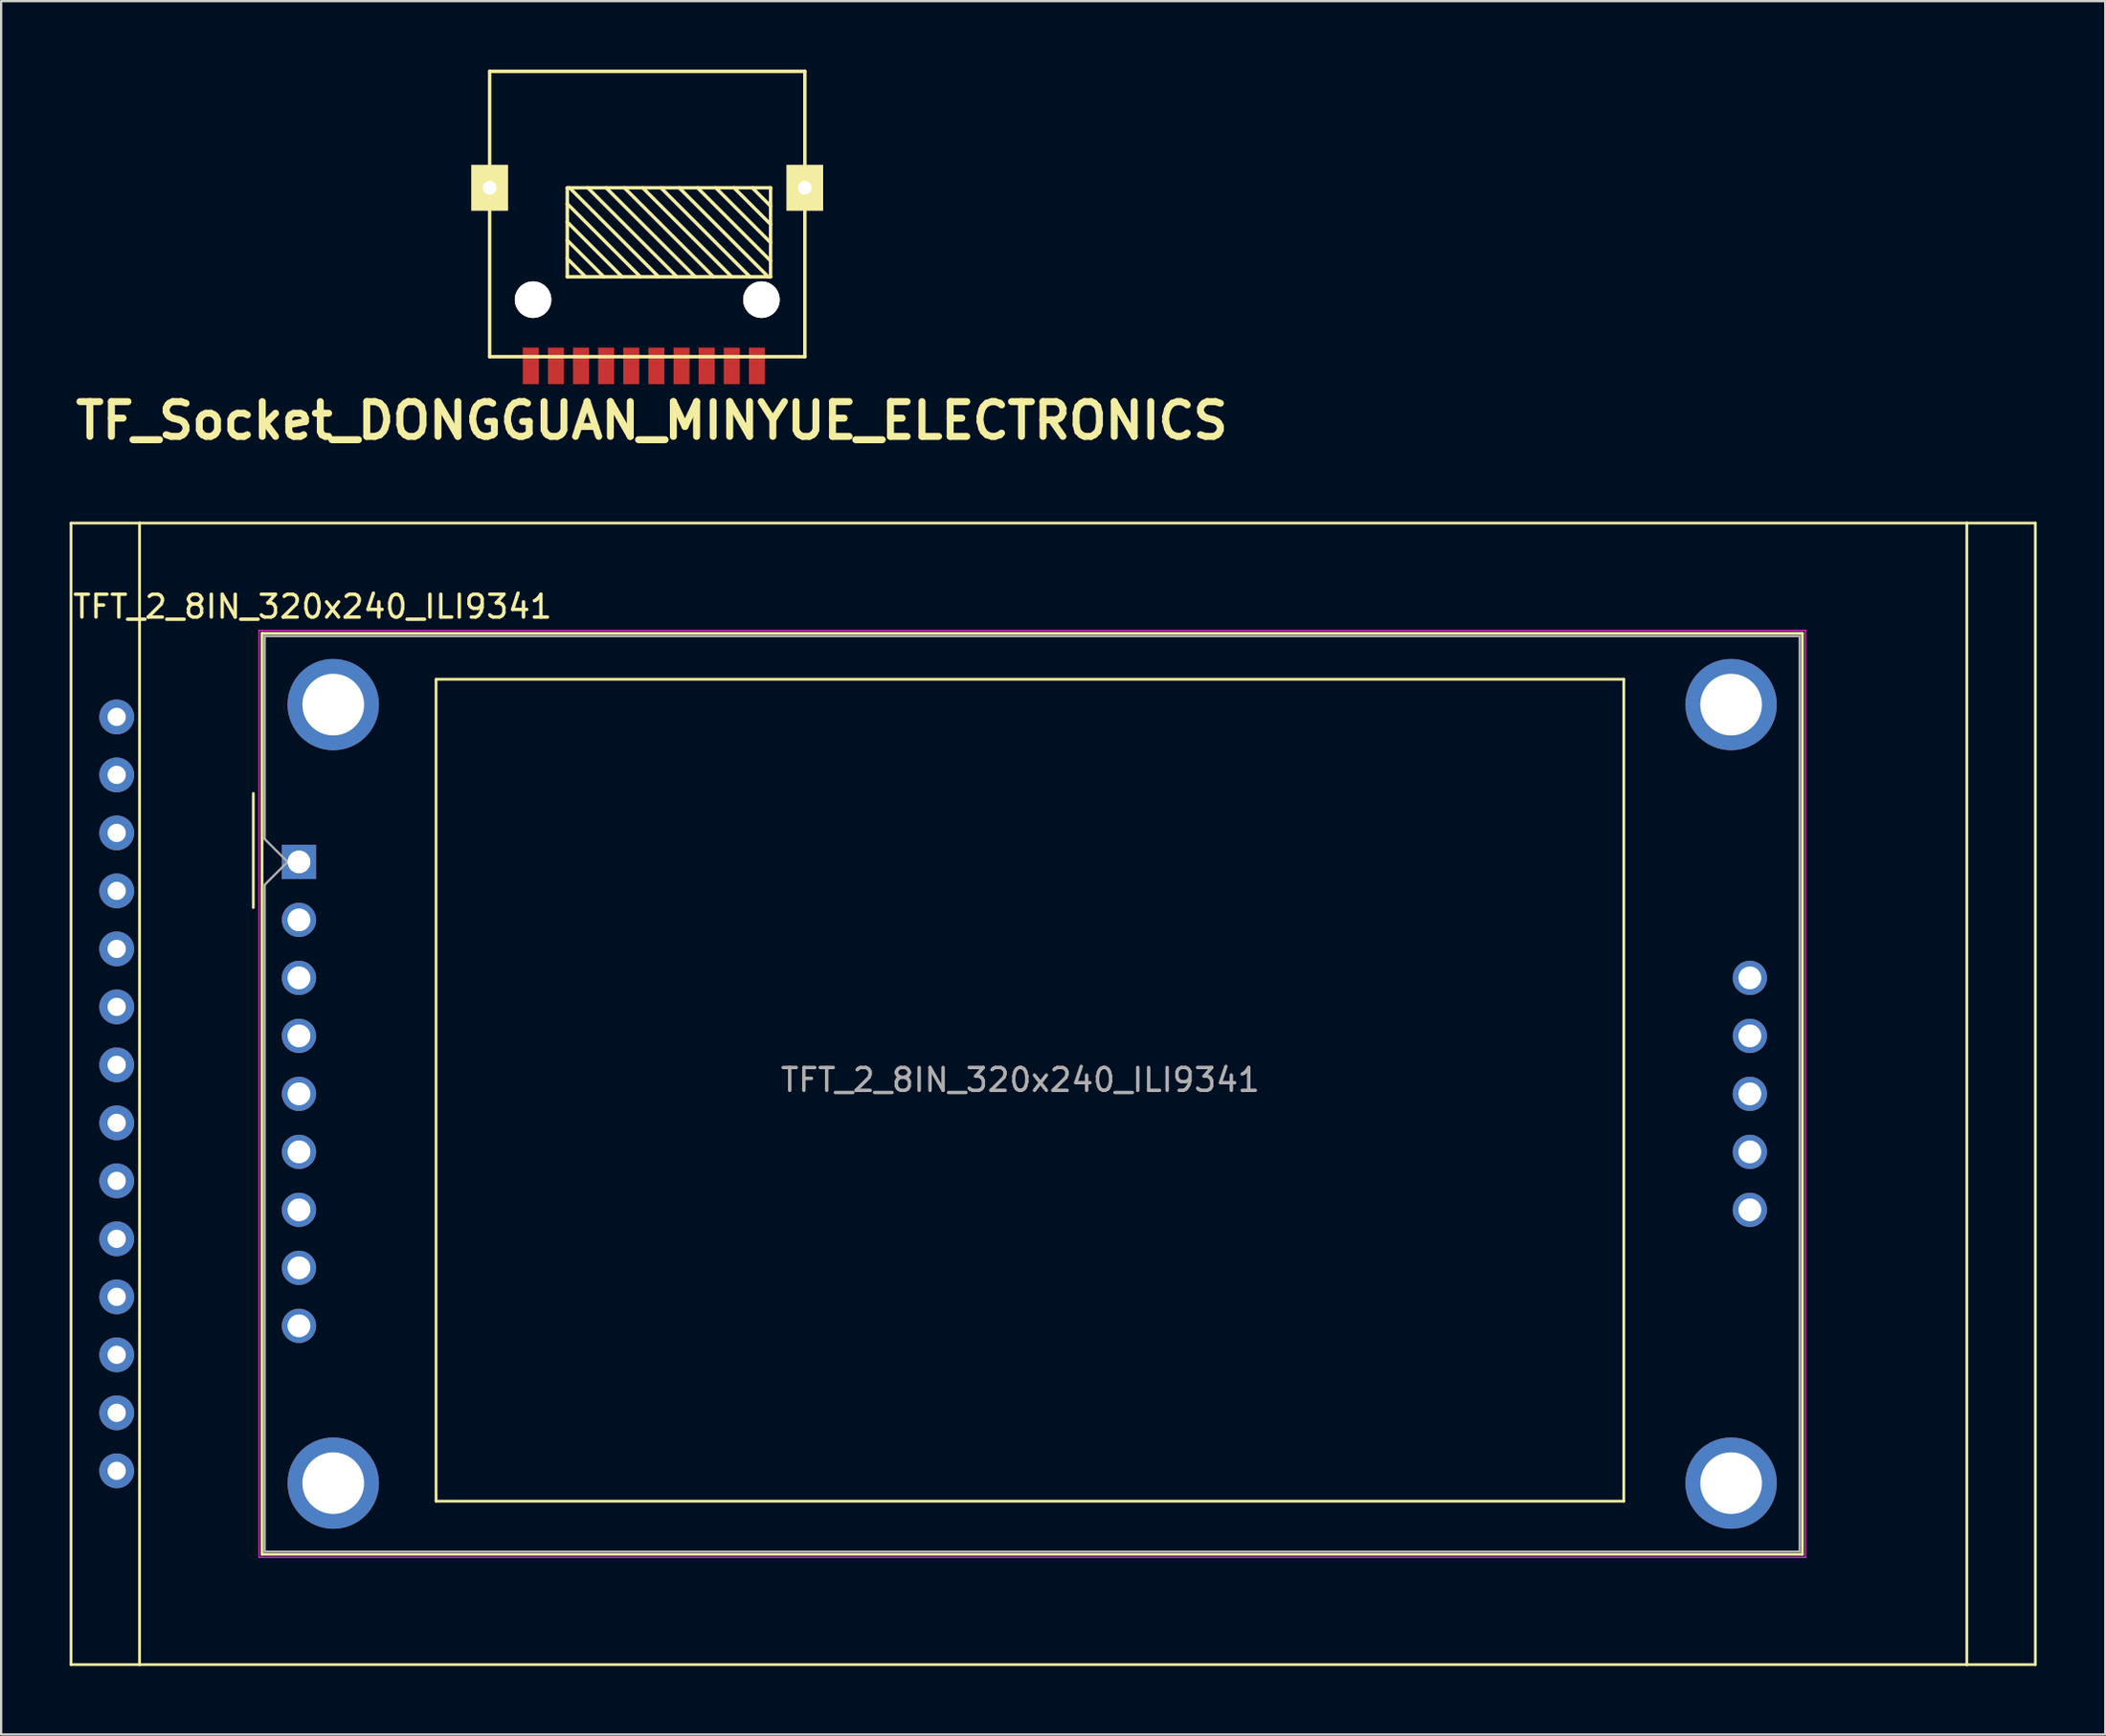
<source format=kicad_pcb>
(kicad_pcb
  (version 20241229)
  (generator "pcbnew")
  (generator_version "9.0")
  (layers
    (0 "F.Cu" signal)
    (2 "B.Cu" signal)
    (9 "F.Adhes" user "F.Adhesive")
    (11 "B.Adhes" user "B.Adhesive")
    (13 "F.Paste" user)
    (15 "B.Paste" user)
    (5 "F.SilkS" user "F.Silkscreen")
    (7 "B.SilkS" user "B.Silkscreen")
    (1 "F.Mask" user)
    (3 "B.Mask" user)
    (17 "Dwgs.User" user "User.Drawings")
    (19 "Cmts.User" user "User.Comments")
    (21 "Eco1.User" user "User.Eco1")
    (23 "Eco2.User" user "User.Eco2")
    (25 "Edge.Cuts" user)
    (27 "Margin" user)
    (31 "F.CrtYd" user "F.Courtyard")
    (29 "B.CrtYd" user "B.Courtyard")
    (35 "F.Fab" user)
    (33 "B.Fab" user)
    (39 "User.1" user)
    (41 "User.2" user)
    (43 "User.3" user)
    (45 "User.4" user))
  (footprint "TF_Socket_DONGGUAN_MINYUE_ELECTRONICS"
    (layer "F.Cu")
    (at 24.787 7.075)
    (property "Reference" "TF_Socket_DONGGUAN_MINYUE_ELECTRONICS" (at 0.7 8.3 0) (layer "F.SilkS") (effects (font (size 1.524 1.524) (thickness 0.305))))
    (attr through_hole)
    (fp_line (start -6.4 -7) (end -6.4 5.5) (stroke (width 0.15) (type solid)) (layer "F.SilkS"))
    (fp_line (start -6.4 5.5) (end 7.4 5.5) (stroke (width 0.15) (type solid)) (layer "F.SilkS"))
    (fp_line (start -3 -1.9) (end -3 2) (stroke (width 0.15) (type solid)) (layer "F.SilkS"))
    (fp_line (start -3 2) (end 5.9 2) (stroke (width 0.15) (type solid)) (layer "F.SilkS"))
    (fp_line (start -2.2 2) (end -3 1.2) (stroke (width 0.15) (type solid)) (layer "F.SilkS"))
    (fp_line (start -1.4 2) (end -3 0.4) (stroke (width 0.15) (type solid)) (layer "F.SilkS"))
    (fp_line (start -0.6 2) (end -3 -0.4) (stroke (width 0.15) (type solid)) (layer "F.SilkS"))
    (fp_line (start 0.2 2) (end -3 -1.2) (stroke (width 0.15) (type solid)) (layer "F.SilkS"))
    (fp_line (start 1 2) (end -2.9 -1.9) (stroke (width 0.15) (type solid)) (layer "F.SilkS"))
    (fp_line (start 1.8 2) (end -2.1 -1.9) (stroke (width 0.15) (type solid)) (layer "F.SilkS"))
    (fp_line (start 2.6 2) (end -1.3 -1.9) (stroke (width 0.15) (type solid)) (layer "F.SilkS"))
    (fp_line (start 3.4 2) (end -0.5 -1.9) (stroke (width 0.15) (type solid)) (layer "F.SilkS"))
    (fp_line (start 4.2 2) (end 0.3 -1.9) (stroke (width 0.15) (type solid)) (layer "F.SilkS"))
    (fp_line (start 5 2) (end 1.1 -1.9) (stroke (width 0.15) (type solid)) (layer "F.SilkS"))
    (fp_line (start 5.8 2) (end 1.9 -1.9) (stroke (width 0.15) (type solid)) (layer "F.SilkS"))
    (fp_line (start 5.9 -1.9) (end -3 -1.9) (stroke (width 0.15) (type solid)) (layer "F.SilkS"))
    (fp_line (start 5.9 -1.1) (end 5.1 -1.9) (stroke (width 0.15) (type solid)) (layer "F.SilkS"))
    (fp_line (start 5.9 -0.3) (end 4.3 -1.9) (stroke (width 0.15) (type solid)) (layer "F.SilkS"))
    (fp_line (start 5.9 0.5) (end 3.5 -1.9) (stroke (width 0.15) (type solid)) (layer "F.SilkS"))
    (fp_line (start 5.9 1.3) (end 2.7 -1.9) (stroke (width 0.15) (type solid)) (layer "F.SilkS"))
    (fp_line (start 5.9 2) (end 5.9 -1.9) (stroke (width 0.15) (type solid)) (layer "F.SilkS"))
    (fp_line (start 7.4 -7) (end -6.4 -7) (stroke (width 0.15) (type solid)) (layer "F.SilkS"))
    (fp_line (start 7.4 5.5) (end 7.4 -7) (stroke (width 0.15) (type solid)) (layer "F.SilkS"))
    (pad "" np_thru_hole circle (at -4.5 3) (size 1.6 1.6) (drill 1.6) (layers "*.Mask" "F.Cu" "F.SilkS"))
    (pad "" np_thru_hole circle (at 5.5 3) (size 1.6 1.6) (drill 1.6) (layers "*.Mask" "F.Cu" "F.SilkS"))
    (pad "1" smd rect (at -2.399 5.9) (size 0.701 1.6) (layers "F.Cu" "F.Mask" "F.Paste"))
    (pad "2" smd rect (at -1.299 5.9) (size 0.701 1.6) (layers "F.Cu" "F.Mask" "F.Paste"))
    (pad "3" smd rect (at -0.199 5.9) (size 0.701 1.6) (layers "F.Cu" "F.Mask" "F.Paste"))
    (pad "4" smd rect (at 0.901 5.9) (size 0.701 1.6) (layers "F.Cu" "F.Mask" "F.Paste"))
    (pad "5" smd rect (at 2.001 5.9) (size 0.701 1.6) (layers "F.Cu" "F.Mask" "F.Paste"))
    (pad "6" thru_hole rect (at -6.4 -1.9) (size 1.6 1.999) (drill 0.599) (layers "*.Cu" "*.Mask" "F.SilkS"))
    (pad "6" smd rect (at 3.1 5.9) (size 0.701 1.6) (layers "F.Cu" "F.Mask" "F.Paste"))
    (pad "6" thru_hole rect (at 7.4 -1.9) (size 1.6 1.999) (drill 0.599) (layers "*.Cu" "*.Mask" "F.SilkS"))
    (pad "7" smd rect (at 4.2 5.9) (size 0.701 1.6) (layers "F.Cu" "F.Mask" "F.Paste"))
    (pad "8" smd rect (at 5.3 5.9) (size 0.701 1.6) (layers "F.Cu" "F.Mask" "F.Paste"))
    (pad "9" smd rect (at -3.499 5.9) (size 0.701 1.6) (layers "F.Cu" "F.Mask" "F.Paste"))
    (pad "10" smd rect (at -4.599 5.9) (size 0.701 1.6) (layers "F.Cu" "F.Mask" "F.Paste")))
  (footprint "TFT_2_8IN_320x240_ILI9341"
    (layer "F.Cu")
    (at 43.06 44.861)
    (property "Reference" "TFT_2_8IN_320x240_ILI9341" (at -32.43 -21.34 0) (layer "F.SilkS") (effects (font (size 1 1) (thickness 0.15))))
    (attr through_hole)
    (fp_line (start -43 -25) (end -43 25) (stroke (width 0.12) (type solid)) (layer "F.SilkS"))
    (fp_line (start -43 25) (end -40 25) (stroke (width 0.12) (type solid)) (layer "F.SilkS"))
    (fp_line (start -40 -25) (end -43 -25) (stroke (width 0.12) (type solid)) (layer "F.SilkS"))
    (fp_line (start -40 -25) (end -40 25) (stroke (width 0.12) (type solid)) (layer "F.SilkS"))
    (fp_line (start -40 25) (end 40 25) (stroke (width 0.12) (type solid)) (layer "F.SilkS"))
    (fp_line (start -35.02 -13.16) (end -35.02 -8.16) (stroke (width 0.12) (type solid)) (layer "F.SilkS"))
    (fp_line (start -34.64 -20.17) (end 32.8 -20.17) (stroke (width 0.12) (type solid)) (layer "F.SilkS"))
    (fp_line (start -34.64 20.17) (end -34.64 -20.17) (stroke (width 0.12) (type solid)) (layer "F.SilkS"))
    (fp_line (start -27.02 -18.16) (end 24.98 -18.16) (stroke (width 0.12) (type solid)) (layer "F.SilkS"))
    (fp_line (start -27.02 17.84) (end -27.02 -18.16) (stroke (width 0.12) (type solid)) (layer "F.SilkS"))
    (fp_line (start 24.98 -18.16) (end 24.98 17.84) (stroke (width 0.12) (type solid)) (layer "F.SilkS"))
    (fp_line (start 24.98 17.84) (end -27.02 17.84) (stroke (width 0.12) (type solid)) (layer "F.SilkS"))
    (fp_line (start 32.8 -20.17) (end 32.8 20.17) (stroke (width 0.12) (type solid)) (layer "F.SilkS"))
    (fp_line (start 32.8 20.17) (end -34.64 20.17) (stroke (width 0.12) (type solid)) (layer "F.SilkS"))
    (fp_line (start 40 -25) (end -40 -25) (stroke (width 0.12) (type solid)) (layer "F.SilkS"))
    (fp_line (start 40 25) (end 40 -25) (stroke (width 0.12) (type solid)) (layer "F.SilkS"))
    (fp_line (start 40 25) (end 43 25) (stroke (width 0.12) (type solid)) (layer "F.SilkS"))
    (fp_line (start 43 -25) (end 40 -25) (stroke (width 0.12) (type solid)) (layer "F.SilkS"))
    (fp_line (start 43 25) (end 43 -25) (stroke (width 0.12) (type solid)) (layer "F.SilkS"))
    (fp_line (start -34.77 -20.3) (end 32.93 -20.3) (stroke (width 0.05) (type solid)) (layer "F.CrtYd"))
    (fp_line (start -34.77 20.3) (end -34.77 -20.3) (stroke (width 0.05) (type solid)) (layer "F.CrtYd"))
    (fp_line (start 32.93 -20.3) (end 32.93 20.3) (stroke (width 0.05) (type solid)) (layer "F.CrtYd"))
    (fp_line (start 32.93 20.3) (end -34.77 20.3) (stroke (width 0.05) (type solid)) (layer "F.CrtYd"))
    (fp_line (start -34.52 -20.05) (end 32.68 -20.05) (stroke (width 0.1) (type solid)) (layer "F.Fab"))
    (fp_line (start -34.52 -11.16) (end -34.52 -20.05) (stroke (width 0.1) (type solid)) (layer "F.Fab"))
    (fp_line (start -34.52 -9.16) (end -33.52 -10.16) (stroke (width 0.1) (type solid)) (layer "F.Fab"))
    (fp_line (start -34.52 20.05) (end -34.52 -9.16) (stroke (width 0.1) (type solid)) (layer "F.Fab"))
    (fp_line (start -33.52 -10.16) (end -34.52 -11.16) (stroke (width 0.1) (type solid)) (layer "F.Fab"))
    (fp_line (start 32.68 -20.05) (end 32.68 20.05) (stroke (width 0.1) (type solid)) (layer "F.Fab"))
    (fp_line (start 32.68 20.05) (end -34.52 20.05) (stroke (width 0.1) (type solid)) (layer "F.Fab"))
    (fp_text user "${REFERENCE}" (at -1.44 -0.61 0) (layer "F.Fab") (effects (font (size 1 1) (thickness 0.15))))
    (pad "" thru_hole circle (at -31.52 -17.05) (size 4 4) (drill 2.7) (layers "*.Cu" "*.Mask"))
    (pad "" thru_hole circle (at -31.52 17.05) (size 4 4) (drill 2.7) (layers "*.Cu" "*.Mask"))
    (pad "" thru_hole circle (at 29.68 -17.05) (size 4 4) (drill 2.7) (layers "*.Cu" "*.Mask"))
    (pad "" thru_hole circle (at 29.68 17.05) (size 4 4) (drill 2.7) (layers "*.Cu" "*.Mask"))
    (pad "1" thru_hole circle (at -41 -16.51) (size 1.524 1.524) (drill 0.8) (layers "*.Cu" "*.Mask"))
    (pad "1" thru_hole rect (at -33.02 -10.16) (size 1.5 1.5) (drill 1) (layers "*.Cu" "*.Mask"))
    (pad "2" thru_hole circle (at -41 -13.97) (size 1.524 1.524) (drill 0.8) (layers "*.Cu" "*.Mask"))
    (pad "2" thru_hole circle (at -33.02 -7.62) (size 1.5 1.5) (drill 1) (layers "*.Cu" "*.Mask"))
    (pad "3" thru_hole circle (at -41 -11.43) (size 1.524 1.524) (drill 0.8) (layers "*.Cu" "*.Mask"))
    (pad "3" thru_hole circle (at -33.02 -5.08) (size 1.5 1.5) (drill 1) (layers "*.Cu" "*.Mask"))
    (pad "4" thru_hole circle (at -41 -8.89) (size 1.524 1.524) (drill 0.8) (layers "*.Cu" "*.Mask"))
    (pad "4" thru_hole circle (at -33.02 -2.54) (size 1.5 1.5) (drill 1) (layers "*.Cu" "*.Mask"))
    (pad "5" thru_hole circle (at -41 -6.35) (size 1.524 1.524) (drill 0.8) (layers "*.Cu" "*.Mask"))
    (pad "5" thru_hole circle (at -33.02 0) (size 1.5 1.5) (drill 1) (layers "*.Cu" "*.Mask"))
    (pad "6" thru_hole circle (at -41 -3.81) (size 1.524 1.524) (drill 0.8) (layers "*.Cu" "*.Mask"))
    (pad "6" thru_hole circle (at -33.02 2.54) (size 1.5 1.5) (drill 1) (layers "*.Cu" "*.Mask"))
    (pad "7" thru_hole circle (at -41 -1.27) (size 1.524 1.524) (drill 0.8) (layers "*.Cu" "*.Mask"))
    (pad "7" thru_hole circle (at -33.02 5.08) (size 1.5 1.5) (drill 1) (layers "*.Cu" "*.Mask"))
    (pad "8" thru_hole circle (at -41 1.27) (size 1.524 1.524) (drill 0.8) (layers "*.Cu" "*.Mask"))
    (pad "8" thru_hole circle (at -33.02 7.62) (size 1.5 1.5) (drill 1) (layers "*.Cu" "*.Mask"))
    (pad "9" thru_hole circle (at -41 3.81) (size 1.524 1.524) (drill 0.8) (layers "*.Cu" "*.Mask"))
    (pad "9" thru_hole circle (at -33.02 10.16) (size 1.5 1.5) (drill 1) (layers "*.Cu" "*.Mask"))
    (pad "10" thru_hole circle (at -41 6.35) (size 1.524 1.524) (drill 0.8) (layers "*.Cu" "*.Mask"))
    (pad "10" thru_hole circle (at 30.5 -5.08) (size 1.5 1.5) (drill 1) (layers "*.Cu" "*.Mask"))
    (pad "11" thru_hole circle (at -41 8.89) (size 1.524 1.524) (drill 0.8) (layers "*.Cu" "*.Mask"))
    (pad "11" thru_hole circle (at 30.5 -2.54) (size 1.5 1.5) (drill 1) (layers "*.Cu" "*.Mask"))
    (pad "12" thru_hole circle (at -41 11.43) (size 1.524 1.524) (drill 0.8) (layers "*.Cu" "*.Mask"))
    (pad "12" thru_hole circle (at 30.5 0) (size 1.5 1.5) (drill 1) (layers "*.Cu" "*.Mask"))
    (pad "13" thru_hole circle (at -41 13.97) (size 1.524 1.524) (drill 0.8) (layers "*.Cu" "*.Mask"))
    (pad "13" thru_hole circle (at 30.5 2.54) (size 1.5 1.5) (drill 1) (layers "*.Cu" "*.Mask"))
    (pad "14" thru_hole circle (at -41 16.51) (size 1.524 1.524) (drill 0.8) (layers "*.Cu" "*.Mask"))
    (pad "14" thru_hole circle (at 30.5 5.08) (size 1.5 1.5) (drill 1) (layers "*.Cu" "*.Mask")))
  (gr_rect
    (start -3 -3)
    (end 89.12 72.921)
    (stroke (width 0.1) (type default))
    (fill no)
    (layer "Edge.Cuts")))
</source>
